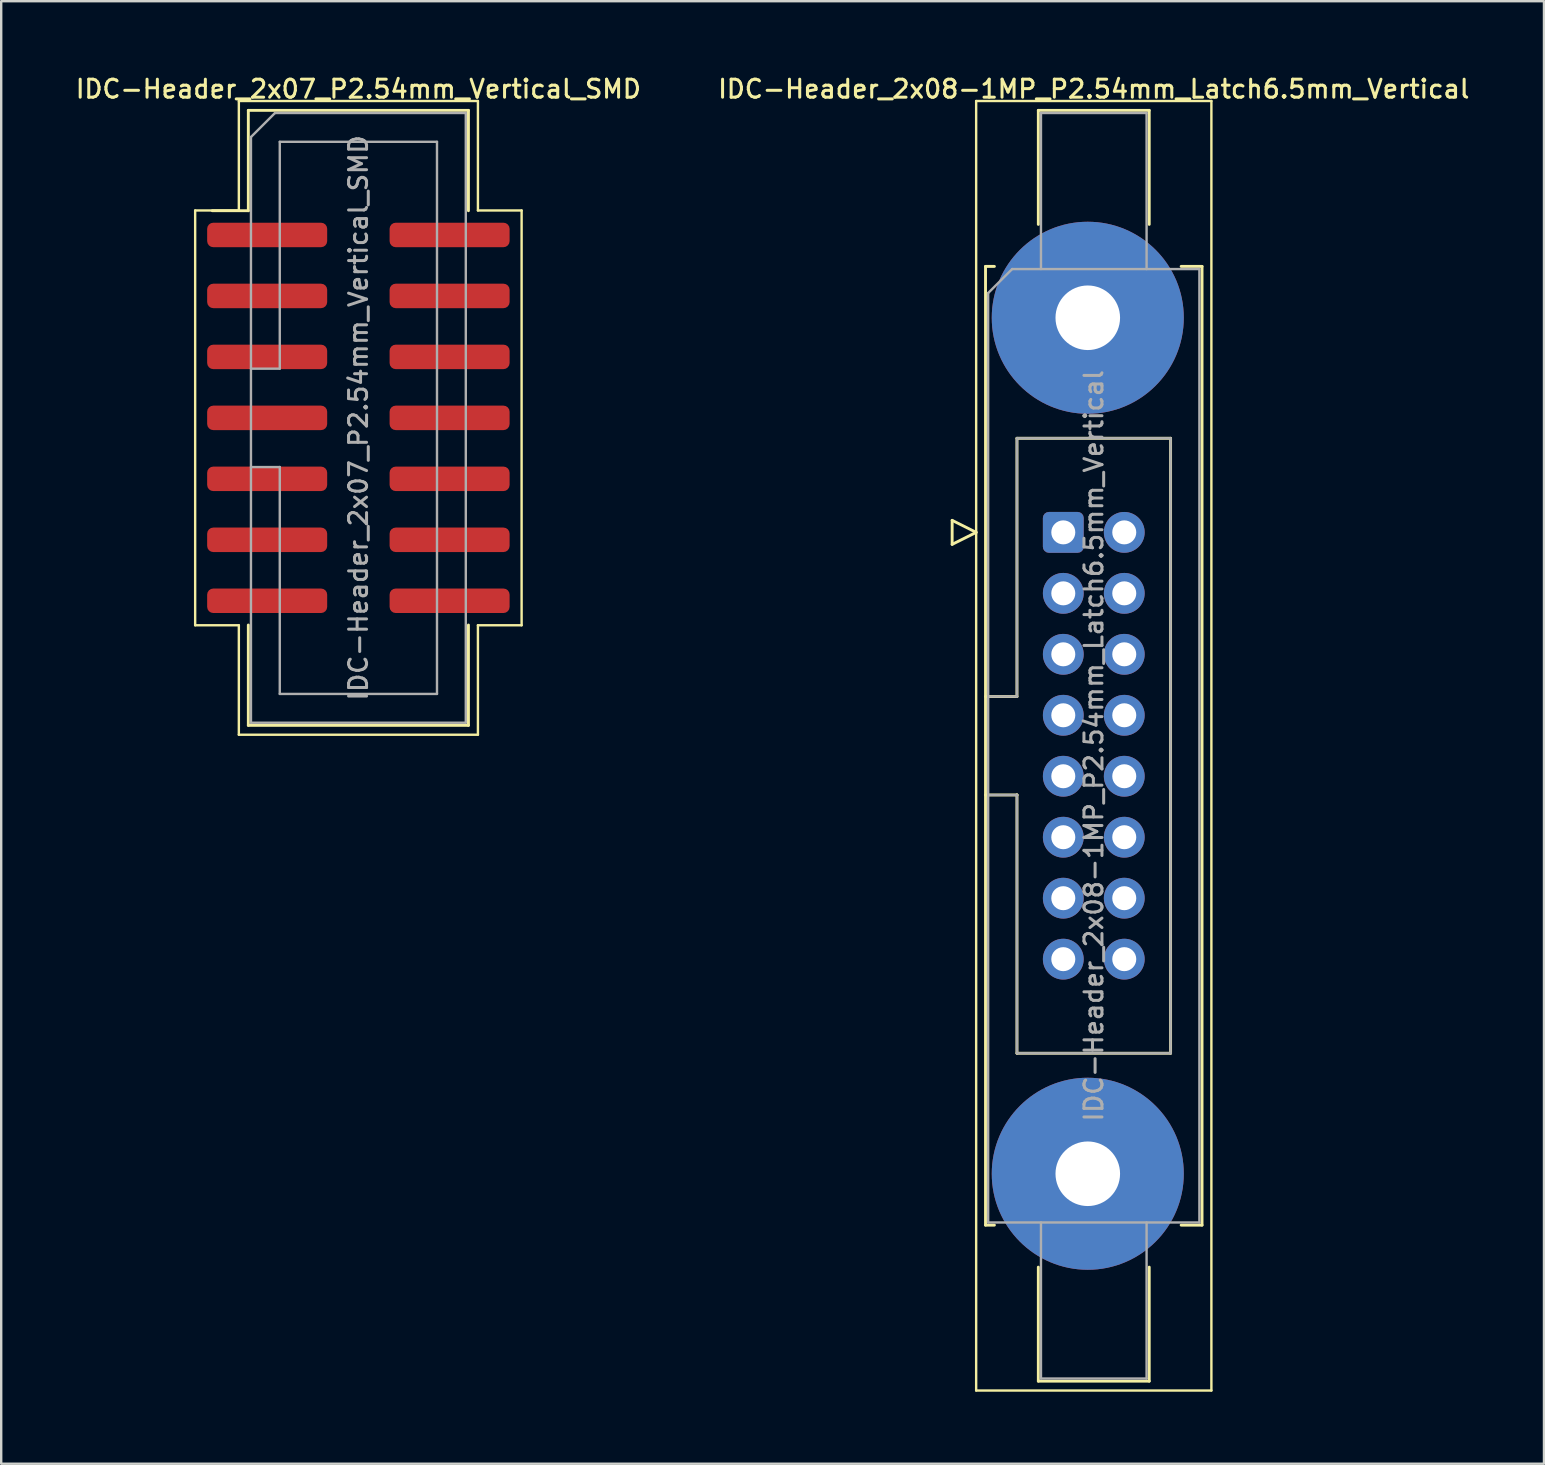
<source format=kicad_pcb>
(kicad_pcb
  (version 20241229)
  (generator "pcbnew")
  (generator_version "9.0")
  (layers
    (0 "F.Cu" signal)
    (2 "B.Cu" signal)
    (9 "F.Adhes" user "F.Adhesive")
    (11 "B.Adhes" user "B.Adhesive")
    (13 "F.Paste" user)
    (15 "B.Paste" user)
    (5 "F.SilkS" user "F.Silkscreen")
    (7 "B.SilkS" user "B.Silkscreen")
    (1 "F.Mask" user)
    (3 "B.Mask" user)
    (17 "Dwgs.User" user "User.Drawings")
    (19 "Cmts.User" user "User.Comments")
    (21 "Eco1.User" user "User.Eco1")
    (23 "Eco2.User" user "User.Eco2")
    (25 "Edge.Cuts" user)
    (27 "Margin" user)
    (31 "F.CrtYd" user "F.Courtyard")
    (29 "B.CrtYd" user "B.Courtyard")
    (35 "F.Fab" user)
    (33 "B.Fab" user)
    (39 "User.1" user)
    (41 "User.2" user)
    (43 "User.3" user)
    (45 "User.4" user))
  (footprint "IDC-Header_2x07_P2.54mm_Vertical_SMD"
    (layer "F.Cu")
    (at 11.88 14.358)
    (property "Reference" "IDC-Header_2x07_P2.54mm_Vertical_SMD" (at 0 -13.7 0) (layer "F.SilkS") (effects (font (size 0.75 0.75) (thickness 0.125))))
    (attr smd)
    (fp_line (start -6.8 -8.64) (end -6.8 8.64) (stroke (width 0.1) (type solid)) (layer "F.SilkS"))
    (fp_line (start -6.8 8.64) (end -4.98 8.64) (stroke (width 0.1) (type solid)) (layer "F.SilkS"))
    (fp_line (start -4.98 -13.2) (end -4.98 -8.64) (stroke (width 0.1) (type solid)) (layer "F.SilkS"))
    (fp_line (start -4.98 -8.64) (end -6.8 -8.64) (stroke (width 0.1) (type solid)) (layer "F.SilkS"))
    (fp_line (start -4.98 8.64) (end -4.98 13.2) (stroke (width 0.1) (type solid)) (layer "F.SilkS"))
    (fp_line (start -4.98 13.2) (end 4.98 13.2) (stroke (width 0.1) (type solid)) (layer "F.SilkS"))
    (fp_line (start -4.585 -12.81) (end 4.585 -12.81) (stroke (width 0.12) (type solid)) (layer "F.SilkS"))
    (fp_line (start -4.585 -8.63) (end -6.085 -8.63) (stroke (width 0.12) (type solid)) (layer "F.SilkS"))
    (fp_line (start -4.585 -8.63) (end -4.585 -12.81) (stroke (width 0.12) (type solid)) (layer "F.SilkS"))
    (fp_line (start -4.585 8.63) (end -4.585 12.81) (stroke (width 0.12) (type solid)) (layer "F.SilkS"))
    (fp_line (start -4.585 12.81) (end 4.585 12.81) (stroke (width 0.12) (type solid)) (layer "F.SilkS"))
    (fp_line (start 4.585 -12.81) (end 4.585 -8.63) (stroke (width 0.12) (type solid)) (layer "F.SilkS"))
    (fp_line (start 4.585 12.81) (end 4.585 8.63) (stroke (width 0.12) (type solid)) (layer "F.SilkS"))
    (fp_line (start 4.98 -13.2) (end -4.98 -13.2) (stroke (width 0.1) (type solid)) (layer "F.SilkS"))
    (fp_line (start 4.98 -8.64) (end 4.98 -13.2) (stroke (width 0.1) (type solid)) (layer "F.SilkS"))
    (fp_line (start 4.98 8.64) (end 6.8 8.64) (stroke (width 0.1) (type solid)) (layer "F.SilkS"))
    (fp_line (start 4.98 13.2) (end 4.98 8.64) (stroke (width 0.1) (type solid)) (layer "F.SilkS"))
    (fp_line (start 6.8 -8.64) (end 4.98 -8.64) (stroke (width 0.1) (type solid)) (layer "F.SilkS"))
    (fp_line (start 6.8 8.64) (end 6.8 -8.64) (stroke (width 0.1) (type solid)) (layer "F.SilkS"))
    (fp_line (start -4.475 -11.7) (end -3.475 -12.7) (stroke (width 0.1) (type solid)) (layer "F.Fab"))
    (fp_line (start -4.475 -2.05) (end -3.275 -2.05) (stroke (width 0.1) (type solid)) (layer "F.Fab"))
    (fp_line (start -4.475 12.7) (end -4.475 -11.7) (stroke (width 0.1) (type solid)) (layer "F.Fab"))
    (fp_line (start -3.475 -12.7) (end 4.475 -12.7) (stroke (width 0.1) (type solid)) (layer "F.Fab"))
    (fp_line (start -3.275 -11.5) (end 3.275 -11.5) (stroke (width 0.1) (type solid)) (layer "F.Fab"))
    (fp_line (start -3.275 -2.05) (end -3.275 -11.5) (stroke (width 0.1) (type solid)) (layer "F.Fab"))
    (fp_line (start -3.275 2.05) (end -4.475 2.05) (stroke (width 0.1) (type solid)) (layer "F.Fab"))
    (fp_line (start -3.275 2.05) (end -3.275 2.05) (stroke (width 0.1) (type solid)) (layer "F.Fab"))
    (fp_line (start -3.275 11.5) (end -3.275 2.05) (stroke (width 0.1) (type solid)) (layer "F.Fab"))
    (fp_line (start 3.275 -11.5) (end 3.275 11.5) (stroke (width 0.1) (type solid)) (layer "F.Fab"))
    (fp_line (start 3.275 11.5) (end -3.275 11.5) (stroke (width 0.1) (type solid)) (layer "F.Fab"))
    (fp_line (start 4.475 -12.7) (end 4.475 12.7) (stroke (width 0.1) (type solid)) (layer "F.Fab"))
    (fp_line (start 4.475 12.7) (end -4.475 12.7) (stroke (width 0.1) (type solid)) (layer "F.Fab"))
    (fp_text user "${REFERENCE}" (at 0 0 90) (layer "F.Fab") (effects (font (size 0.75 0.75) (thickness 0.125))))
    (pad "1" smd roundrect (at -3.8 -7.62) (size 5 1.02) (layers "F.Cu" "F.Mask" "F.Paste") (roundrect_rratio 0.25))
    (pad "2" smd roundrect (at 3.8 -7.62) (size 5 1.02) (layers "F.Cu" "F.Mask" "F.Paste") (roundrect_rratio 0.25))
    (pad "3" smd roundrect (at -3.8 -5.08) (size 5 1.02) (layers "F.Cu" "F.Mask" "F.Paste") (roundrect_rratio 0.25))
    (pad "4" smd roundrect (at 3.8 -5.08) (size 5 1.02) (layers "F.Cu" "F.Mask" "F.Paste") (roundrect_rratio 0.25))
    (pad "5" smd roundrect (at -3.8 -2.54) (size 5 1.02) (layers "F.Cu" "F.Mask" "F.Paste") (roundrect_rratio 0.25))
    (pad "6" smd roundrect (at 3.8 -2.54) (size 5 1.02) (layers "F.Cu" "F.Mask" "F.Paste") (roundrect_rratio 0.25))
    (pad "7" smd roundrect (at -3.8 0) (size 5 1.02) (layers "F.Cu" "F.Mask" "F.Paste") (roundrect_rratio 0.25))
    (pad "8" smd roundrect (at 3.8 0) (size 5 1.02) (layers "F.Cu" "F.Mask" "F.Paste") (roundrect_rratio 0.25))
    (pad "9" smd roundrect (at -3.8 2.54) (size 5 1.02) (layers "F.Cu" "F.Mask" "F.Paste") (roundrect_rratio 0.25))
    (pad "10" smd roundrect (at 3.8 2.54) (size 5 1.02) (layers "F.Cu" "F.Mask" "F.Paste") (roundrect_rratio 0.25))
    (pad "11" smd roundrect (at -3.8 5.08) (size 5 1.02) (layers "F.Cu" "F.Mask" "F.Paste") (roundrect_rratio 0.25))
    (pad "12" smd roundrect (at 3.8 5.08) (size 5 1.02) (layers "F.Cu" "F.Mask" "F.Paste") (roundrect_rratio 0.25))
    (pad "13" smd roundrect (at -3.8 7.62) (size 5 1.02) (layers "F.Cu" "F.Mask" "F.Paste") (roundrect_rratio 0.25))
    (pad "14" smd roundrect (at 3.8 7.62) (size 5 1.02) (layers "F.Cu" "F.Mask" "F.Paste") (roundrect_rratio 0.25)))
  (footprint "IDC-Header_2x08-1MP_P2.54mm_Latch6.5mm_Vertical"
    (layer "F.Cu")
    (at 41.246 19.128)
    (property "Reference" "IDC-Header_2x08-1MP_P2.54mm_Latch6.5mm_Vertical" (at 1.27 -18.47 0) (layer "F.SilkS") (effects (font (size 0.75 0.75) (thickness 0.125))))
    (attr through_hole)
    (fp_line (start -4.63 -0.5) (end -4.63 0.5) (stroke (width 0.12) (type solid)) (layer "F.SilkS"))
    (fp_line (start -4.63 0.5) (end -3.63 0) (stroke (width 0.12) (type solid)) (layer "F.SilkS"))
    (fp_line (start -3.63 -17.97) (end -3.63 35.75) (stroke (width 0.1) (type solid)) (layer "F.SilkS"))
    (fp_line (start -3.63 0) (end -4.63 -0.5) (stroke (width 0.12) (type solid)) (layer "F.SilkS"))
    (fp_line (start -3.63 35.75) (end 6.17 35.75) (stroke (width 0.1) (type solid)) (layer "F.SilkS"))
    (fp_line (start -3.24 -11.08) (end -3.24 28.86) (stroke (width 0.12) (type solid)) (layer "F.SilkS"))
    (fp_line (start -3.24 6.84) (end -1.93 6.84) (stroke (width 0.12) (type solid)) (layer "F.SilkS"))
    (fp_line (start -3.24 28.86) (end -2.87 28.86) (stroke (width 0.12) (type solid)) (layer "F.SilkS"))
    (fp_line (start -2.87 -11.08) (end -3.24 -11.08) (stroke (width 0.12) (type solid)) (layer "F.SilkS"))
    (fp_line (start -1.93 -3.92) (end 4.47 -3.92) (stroke (width 0.12) (type solid)) (layer "F.SilkS"))
    (fp_line (start -1.93 6.84) (end -1.93 -3.92) (stroke (width 0.12) (type solid)) (layer "F.SilkS"))
    (fp_line (start -1.93 10.94) (end -3.24 10.94) (stroke (width 0.12) (type solid)) (layer "F.SilkS"))
    (fp_line (start -1.93 10.94) (end -1.93 10.94) (stroke (width 0.12) (type solid)) (layer "F.SilkS"))
    (fp_line (start -1.93 21.7) (end -1.93 10.94) (stroke (width 0.12) (type solid)) (layer "F.SilkS"))
    (fp_line (start -1.04 -17.58) (end 3.58 -17.58) (stroke (width 0.12) (type solid)) (layer "F.SilkS"))
    (fp_line (start -1.04 -12.83) (end -1.04 -17.58) (stroke (width 0.12) (type solid)) (layer "F.SilkS"))
    (fp_line (start -1.04 30.61) (end -1.04 35.36) (stroke (width 0.12) (type solid)) (layer "F.SilkS"))
    (fp_line (start -1.04 35.36) (end 3.58 35.36) (stroke (width 0.12) (type solid)) (layer "F.SilkS"))
    (fp_line (start 3.58 -17.58) (end 3.58 -12.83) (stroke (width 0.12) (type solid)) (layer "F.SilkS"))
    (fp_line (start 3.58 35.36) (end 3.58 30.61) (stroke (width 0.12) (type solid)) (layer "F.SilkS"))
    (fp_line (start 4.47 -3.92) (end 4.47 21.7) (stroke (width 0.12) (type solid)) (layer "F.SilkS"))
    (fp_line (start 4.47 21.7) (end -1.93 21.7) (stroke (width 0.12) (type solid)) (layer "F.SilkS"))
    (fp_line (start 4.91 -11.08) (end 5.78 -11.08) (stroke (width 0.12) (type solid)) (layer "F.SilkS"))
    (fp_line (start 5.78 -11.08) (end 5.78 28.86) (stroke (width 0.12) (type solid)) (layer "F.SilkS"))
    (fp_line (start 5.78 28.86) (end 4.91 28.86) (stroke (width 0.12) (type solid)) (layer "F.SilkS"))
    (fp_line (start 6.17 -17.97) (end -3.63 -17.97) (stroke (width 0.1) (type solid)) (layer "F.SilkS"))
    (fp_line (start 6.17 35.75) (end 6.17 -17.97) (stroke (width 0.1) (type solid)) (layer "F.SilkS"))
    (fp_line (start -3.13 -9.97) (end -2.13 -10.97) (stroke (width 0.1) (type solid)) (layer "F.Fab"))
    (fp_line (start -3.13 6.84) (end -1.93 6.84) (stroke (width 0.1) (type solid)) (layer "F.Fab"))
    (fp_line (start -3.13 28.75) (end -3.13 -9.97) (stroke (width 0.1) (type solid)) (layer "F.Fab"))
    (fp_line (start -2.13 -10.97) (end 5.67 -10.97) (stroke (width 0.1) (type solid)) (layer "F.Fab"))
    (fp_line (start -1.93 -3.92) (end 4.47 -3.92) (stroke (width 0.1) (type solid)) (layer "F.Fab"))
    (fp_line (start -1.93 6.84) (end -1.93 -3.92) (stroke (width 0.1) (type solid)) (layer "F.Fab"))
    (fp_line (start -1.93 10.94) (end -3.13 10.94) (stroke (width 0.1) (type solid)) (layer "F.Fab"))
    (fp_line (start -1.93 10.94) (end -1.93 10.94) (stroke (width 0.1) (type solid)) (layer "F.Fab"))
    (fp_line (start -1.93 21.7) (end -1.93 10.94) (stroke (width 0.1) (type solid)) (layer "F.Fab"))
    (fp_line (start -0.93 -17.47) (end 3.47 -17.47) (stroke (width 0.1) (type solid)) (layer "F.Fab"))
    (fp_line (start -0.93 -10.97) (end -0.93 -17.47) (stroke (width 0.1) (type solid)) (layer "F.Fab"))
    (fp_line (start -0.93 28.75) (end -0.93 35.25) (stroke (width 0.1) (type solid)) (layer "F.Fab"))
    (fp_line (start -0.93 35.25) (end 3.47 35.25) (stroke (width 0.1) (type solid)) (layer "F.Fab"))
    (fp_line (start 3.47 -17.47) (end 3.47 -10.97) (stroke (width 0.1) (type solid)) (layer "F.Fab"))
    (fp_line (start 3.47 35.25) (end 3.47 28.75) (stroke (width 0.1) (type solid)) (layer "F.Fab"))
    (fp_line (start 4.47 -3.92) (end 4.47 21.7) (stroke (width 0.1) (type solid)) (layer "F.Fab"))
    (fp_line (start 4.47 21.7) (end -1.93 21.7) (stroke (width 0.1) (type solid)) (layer "F.Fab"))
    (fp_line (start 5.67 -10.97) (end 5.67 28.75) (stroke (width 0.1) (type solid)) (layer "F.Fab"))
    (fp_line (start 5.67 28.75) (end -3.13 28.75) (stroke (width 0.1) (type solid)) (layer "F.Fab"))
    (fp_text user "${REFERENCE}" (at 1.27 8.89 90) (layer "F.Fab") (effects (font (size 0.75 0.75) (thickness 0.125))))
    (pad "1" thru_hole roundrect (at 0 0) (size 1.7 1.7) (drill 1) (layers "*.Cu" "*.Mask") (roundrect_rratio 0.147))
    (pad "2" thru_hole circle (at 2.54 0) (size 1.7 1.7) (drill 1) (layers "*.Cu" "*.Mask"))
    (pad "3" thru_hole circle (at 0 2.54) (size 1.7 1.7) (drill 1) (layers "*.Cu" "*.Mask"))
    (pad "4" thru_hole circle (at 2.54 2.54) (size 1.7 1.7) (drill 1) (layers "*.Cu" "*.Mask"))
    (pad "5" thru_hole circle (at 0 5.08) (size 1.7 1.7) (drill 1) (layers "*.Cu" "*.Mask"))
    (pad "6" thru_hole circle (at 2.54 5.08) (size 1.7 1.7) (drill 1) (layers "*.Cu" "*.Mask"))
    (pad "7" thru_hole circle (at 0 7.62) (size 1.7 1.7) (drill 1) (layers "*.Cu" "*.Mask"))
    (pad "8" thru_hole circle (at 2.54 7.62) (size 1.7 1.7) (drill 1) (layers "*.Cu" "*.Mask"))
    (pad "9" thru_hole circle (at 0 10.16) (size 1.7 1.7) (drill 1) (layers "*.Cu" "*.Mask"))
    (pad "10" thru_hole circle (at 2.54 10.16) (size 1.7 1.7) (drill 1) (layers "*.Cu" "*.Mask"))
    (pad "11" thru_hole circle (at 0 12.7) (size 1.7 1.7) (drill 1) (layers "*.Cu" "*.Mask"))
    (pad "12" thru_hole circle (at 2.54 12.7) (size 1.7 1.7) (drill 1) (layers "*.Cu" "*.Mask"))
    (pad "13" thru_hole circle (at 0 15.24) (size 1.7 1.7) (drill 1) (layers "*.Cu" "*.Mask"))
    (pad "14" thru_hole circle (at 2.54 15.24) (size 1.7 1.7) (drill 1) (layers "*.Cu" "*.Mask"))
    (pad "15" thru_hole circle (at 0 17.78) (size 1.7 1.7) (drill 1) (layers "*.Cu" "*.Mask"))
    (pad "16" thru_hole circle (at 2.54 17.78) (size 1.7 1.7) (drill 1) (layers "*.Cu" "*.Mask"))
    (pad "MP" thru_hole circle (at 1.02 -8.94) (size 8 8) (drill 2.69) (layers "*.Cu" "*.Mask"))
    (pad "MP" thru_hole circle (at 1.02 26.72) (size 8 8) (drill 2.69) (layers "*.Cu" "*.Mask")))
  (gr_rect
    (start -3 -3)
    (end 61.271 57.928)
    (stroke (width 0.1) (type default))
    (fill no)
    (layer "Edge.Cuts")))
</source>
